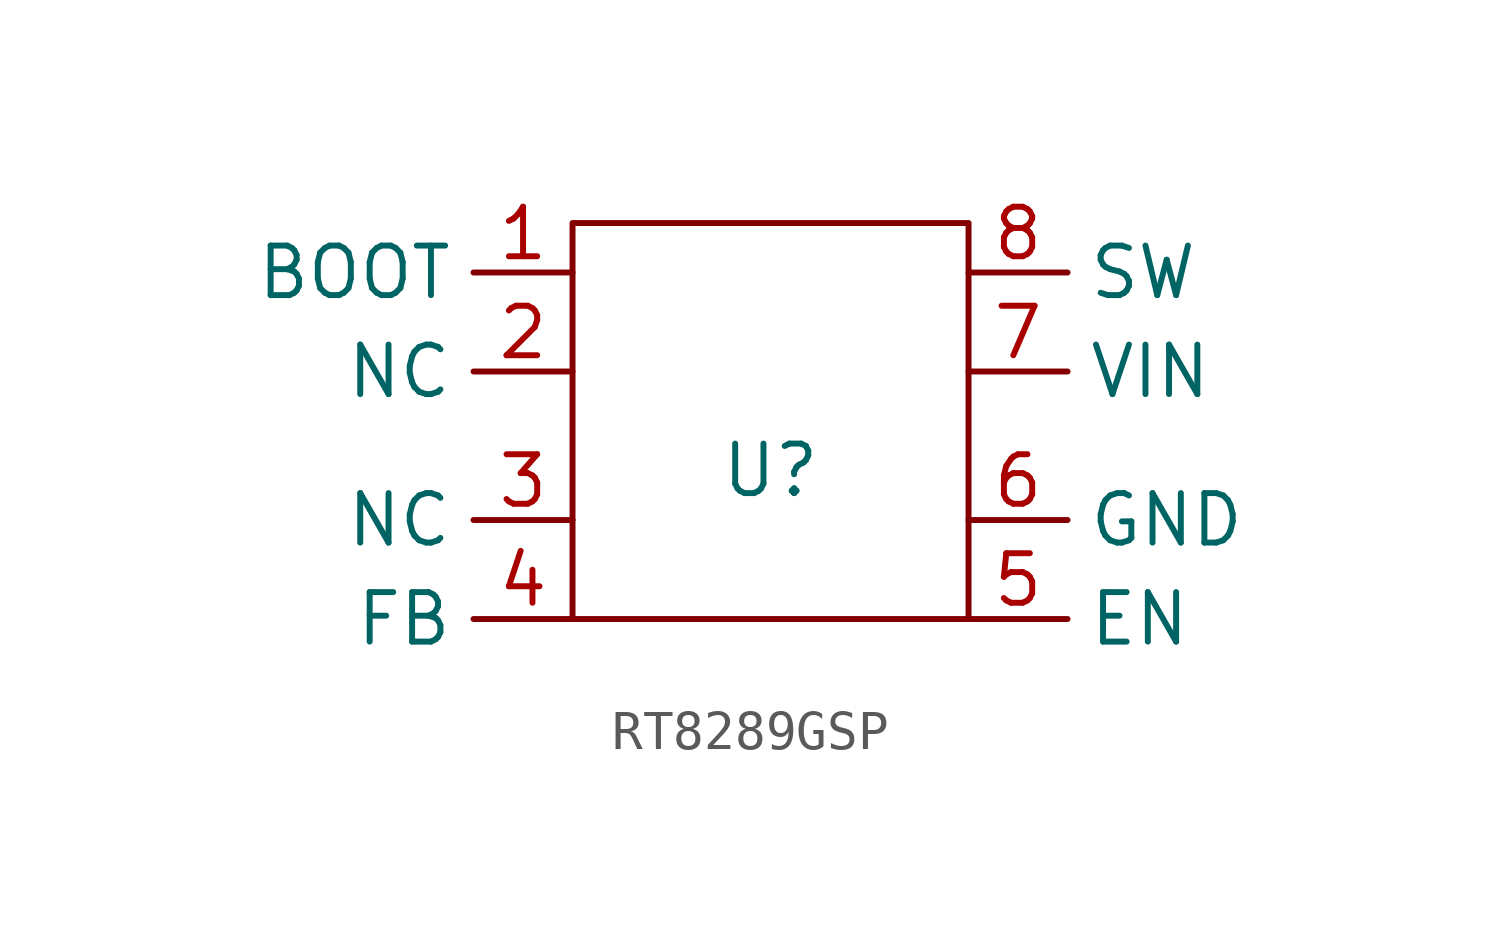
<source format=kicad_sym>
(kicad_symbol_lib
  (version 20241209)
  (generator "kicad_symbol_editor")
  (generator_version "9.0")
  (symbol "RT8289GSP"
    (property "Reference" "U"
      (at 0 0 0)
      (effects (font (size 1.27 1.27))))
    (property "Value" ""
      (at 0 0 0)
      (effects (font (size 1.27 1.27))))
    (symbol "RT8289GSP_0_1"
      (rectangle (start -5.08 6.35) (end 5.08 -3.81) (stroke (width 0) (type default)) (fill (type none))))
    (symbol "RT8289GSP_1_1"
      (pin bidirectional line (at -5.08 5.08 180) (length 2.54) (name "BOOT" (effects (font (size 1.27 1.27)))) (number "1" (effects (font (size 1.27 1.27)))))
      (pin bidirectional line (at -5.08 2.54 180) (length 2.54) (name "NC" (effects (font (size 1.27 1.27)))) (number "2" (effects (font (size 1.27 1.27)))))
      (pin bidirectional line (at -5.08 -1.27 180) (length 2.54) (name "NC" (effects (font (size 1.27 1.27)))) (number "3" (effects (font (size 1.27 1.27)))))
      (pin bidirectional line (at -5.08 -3.81 180) (length 2.54) (name "FB" (effects (font (size 1.27 1.27)))) (number "4" (effects (font (size 1.27 1.27)))))
      (pin bidirectional line (at 5.08 5.08 0) (length 2.54) (name "SW" (effects (font (size 1.27 1.27)))) (number "8" (effects (font (size 1.27 1.27)))))
      (pin bidirectional line (at 5.08 2.54 0) (length 2.54) (name "VIN" (effects (font (size 1.27 1.27)))) (number "7" (effects (font (size 1.27 1.27)))))
      (pin bidirectional line (at 5.08 -1.27 0) (length 2.54) (name "GND" (effects (font (size 1.27 1.27)))) (number "6" (effects (font (size 1.27 1.27)))))
      (pin bidirectional line (at 5.08 -3.81 0) (length 2.54) (name "EN" (effects (font (size 1.27 1.27)))) (number "5" (effects (font (size 1.27 1.27))))))))
</source>
